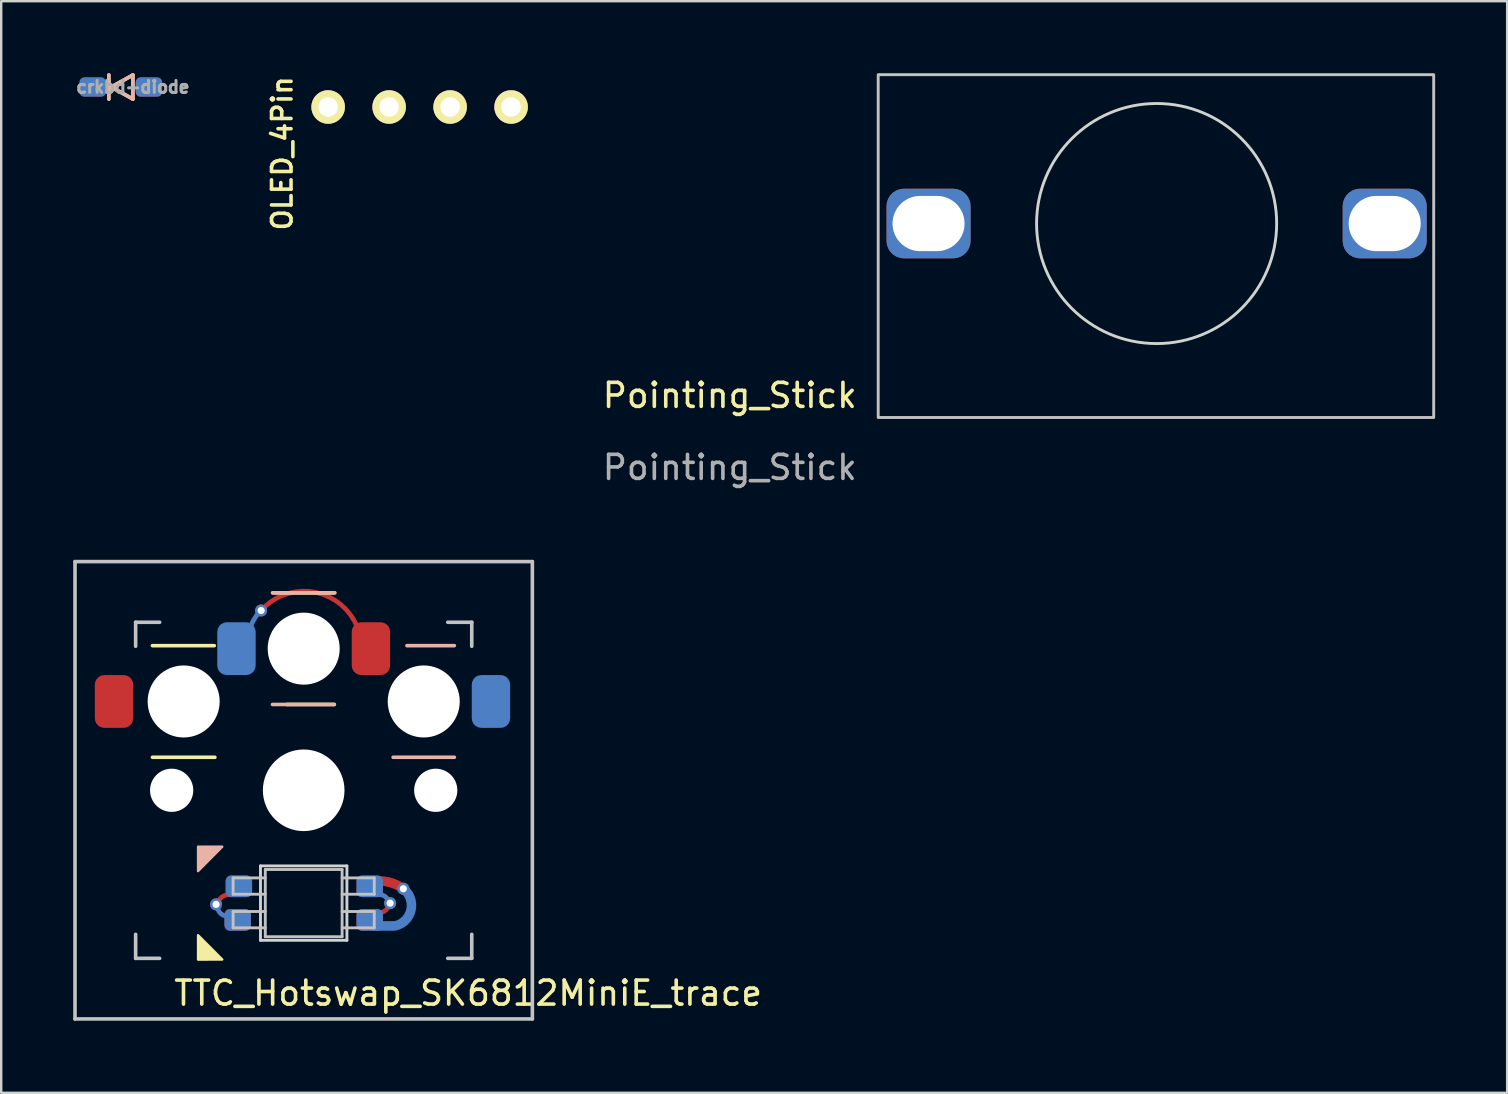
<source format=kicad_pcb>
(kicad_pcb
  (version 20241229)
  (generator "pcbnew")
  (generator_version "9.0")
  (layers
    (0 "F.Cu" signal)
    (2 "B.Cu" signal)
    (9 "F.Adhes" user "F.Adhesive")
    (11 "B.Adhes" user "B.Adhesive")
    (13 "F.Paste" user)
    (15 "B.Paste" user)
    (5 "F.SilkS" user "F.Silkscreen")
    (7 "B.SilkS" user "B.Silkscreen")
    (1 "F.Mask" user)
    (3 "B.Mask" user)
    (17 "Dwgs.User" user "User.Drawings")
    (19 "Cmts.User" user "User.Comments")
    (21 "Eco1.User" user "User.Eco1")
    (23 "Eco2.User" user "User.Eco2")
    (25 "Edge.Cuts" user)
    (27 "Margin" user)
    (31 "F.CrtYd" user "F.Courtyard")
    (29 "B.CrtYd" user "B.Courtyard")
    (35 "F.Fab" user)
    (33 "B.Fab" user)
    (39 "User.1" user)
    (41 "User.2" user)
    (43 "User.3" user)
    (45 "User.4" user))
  (footprint "TTC_Hotswap_SK6812MiniE_trace"
    (layer "F.Cu")
    (at 9.6 29.869)
    (property "Reference" "TTC_Hotswap_SK6812MiniE_trace" (at 6.85 8.45 180) (layer "F.SilkS") (effects (font (size 1 1) (thickness 0.15))))
    (attr through_hole)
    (fp_line (start -6.3 -6.025) (end -3.725 -6.025) (stroke (width 0.15) (type solid)) (layer "F.SilkS"))
    (fp_line (start -6.3 -1.375) (end -3.7 -1.375) (stroke (width 0.15) (type solid)) (layer "F.SilkS"))
    (fp_line (start -1.275 -8.225) (end 1.275 -8.225) (stroke (width 0.15) (type solid)) (layer "F.SilkS"))
    (fp_line (start -0.7 -3.575) (end 1.275 -3.575) (stroke (width 0.15) (type solid)) (layer "F.SilkS"))
    (fp_poly (pts (xy -3.392 7.049) (xy -4.4 7.052) (xy -4.4 6.036)) (stroke (width 0.1) (type solid)) (fill yes) (layer "F.SilkS"))
    (fp_line (start -1.3 -8.225) (end 1.3 -8.225) (stroke (width 0.15) (type solid)) (layer "B.SilkS"))
    (fp_line (start -1.3 -3.575) (end 1.275 -3.575) (stroke (width 0.15) (type solid)) (layer "B.SilkS"))
    (fp_line (start 3.725 -1.375) (end 6.275 -1.375) (stroke (width 0.15) (type solid)) (layer "B.SilkS"))
    (fp_line (start 4.3 -6.025) (end 6.275 -6.025) (stroke (width 0.15) (type solid)) (layer "B.SilkS"))
    (fp_poly (pts (xy -4.4 3.365) (xy -4.4 2.349) (xy -3.392 2.349)) (stroke (width 0.1) (type solid)) (fill yes) (layer "B.SilkS"))
    (fp_line (start -9.525 -9.525) (end 9.525 -9.525) (stroke (width 0.15) (type solid)) (layer "Dwgs.User"))
    (fp_line (start -9.525 9.525) (end -9.525 -9.525) (stroke (width 0.15) (type solid)) (layer "Dwgs.User"))
    (fp_line (start -7 -7) (end -7 -6) (stroke (width 0.15) (type solid)) (layer "Dwgs.User"))
    (fp_line (start -7 6) (end -7 7) (stroke (width 0.15) (type solid)) (layer "Dwgs.User"))
    (fp_line (start -7 7) (end -6 7) (stroke (width 0.15) (type solid)) (layer "Dwgs.User"))
    (fp_line (start -6 -7) (end -7 -7) (stroke (width 0.15) (type solid)) (layer "Dwgs.User"))
    (fp_line (start -2.94 3.649) (end -2.94 4.329) (stroke (width 0.12) (type solid)) (layer "Dwgs.User"))
    (fp_line (start -2.94 4.329) (end -1.6 4.329) (stroke (width 0.12) (type solid)) (layer "Dwgs.User"))
    (fp_line (start -2.94 5.049) (end -2.94 5.729) (stroke (width 0.12) (type solid)) (layer "Dwgs.User"))
    (fp_line (start -2.94 5.729) (end -1.6 5.729) (stroke (width 0.12) (type solid)) (layer "Dwgs.User"))
    (fp_line (start -1.6 3.299) (end -1.6 6.099) (stroke (width 0.12) (type solid)) (layer "Dwgs.User"))
    (fp_line (start -1.6 3.299) (end 1.6 3.299) (stroke (width 0.12) (type solid)) (layer "Dwgs.User"))
    (fp_line (start -1.6 3.649) (end -2.94 3.649) (stroke (width 0.12) (type solid)) (layer "Dwgs.User"))
    (fp_line (start -1.6 5.049) (end -2.94 5.049) (stroke (width 0.12) (type solid)) (layer "Dwgs.User"))
    (fp_line (start -1.6 6.099) (end 1.6 6.099) (stroke (width 0.12) (type solid)) (layer "Dwgs.User"))
    (fp_line (start 1.6 3.299) (end 1.6 6.099) (stroke (width 0.12) (type solid)) (layer "Dwgs.User"))
    (fp_line (start 1.6 4.329) (end 2.94 4.329) (stroke (width 0.12) (type solid)) (layer "Dwgs.User"))
    (fp_line (start 1.6 5.729) (end 2.94 5.729) (stroke (width 0.12) (type solid)) (layer "Dwgs.User"))
    (fp_line (start 2.94 3.649) (end 1.6 3.649) (stroke (width 0.12) (type solid)) (layer "Dwgs.User"))
    (fp_line (start 2.94 4.329) (end 2.94 3.649) (stroke (width 0.12) (type solid)) (layer "Dwgs.User"))
    (fp_line (start 2.94 5.049) (end 1.6 5.049) (stroke (width 0.12) (type solid)) (layer "Dwgs.User"))
    (fp_line (start 2.94 5.729) (end 2.94 5.049) (stroke (width 0.12) (type solid)) (layer "Dwgs.User"))
    (fp_line (start 6 -7) (end 7 -7) (stroke (width 0.15) (type solid)) (layer "Dwgs.User"))
    (fp_line (start 7 -7) (end 7 -6) (stroke (width 0.15) (type solid)) (layer "Dwgs.User"))
    (fp_line (start 7 6) (end 7 7) (stroke (width 0.15) (type solid)) (layer "Dwgs.User"))
    (fp_line (start 7 7) (end 6 7) (stroke (width 0.15) (type solid)) (layer "Dwgs.User"))
    (fp_line (start 9.525 -9.525) (end 9.525 9.525) (stroke (width 0.15) (type solid)) (layer "Dwgs.User"))
    (fp_line (start 9.525 9.525) (end -9.525 9.525) (stroke (width 0.15) (type solid)) (layer "Dwgs.User"))
    (fp_line (start -1.8 3.149) (end -1.8 6.249) (stroke (width 0.12) (type solid)) (layer "Edge.Cuts"))
    (fp_line (start -1.8 6.249) (end 1.8 6.249) (stroke (width 0.12) (type solid)) (layer "Edge.Cuts"))
    (fp_line (start 1.8 3.149) (end -1.8 3.149) (stroke (width 0.12) (type solid)) (layer "Edge.Cuts"))
    (fp_line (start 1.8 6.249) (end 1.8 3.149) (stroke (width 0.12) (type solid)) (layer "Edge.Cuts"))
    (pad "" np_thru_hole circle (at -5.5 0 270) (size 1.8 1.8) (drill 1.8) (layers "*.Cu" "*.Mask"))
    (pad "" np_thru_hole circle (at -5 -3.7 90) (size 3 3) (drill 3) (layers "*.Cu" "*.Mask"))
    (pad "" np_thru_hole circle (at 0 -5.9 270) (size 3 3) (drill 3) (layers "*.Cu" "*.Mask"))
    (pad "" np_thru_hole circle (at 0 0 270) (size 3.4 3.4) (drill 3.4) (layers "*.Cu" "*.Mask"))
    (pad "" np_thru_hole circle (at 5 -3.7 270) (size 3 3) (drill 3) (layers "*.Cu" "*.Mask"))
    (pad "" np_thru_hole circle (at 5.5 0 270) (size 1.8 1.8) (drill 1.8) (layers "*.Cu" "*.Mask"))
    (pad "1" smd roundrect (at 2.75 3.999) (size 1.1 0.9) (layers "F.Cu" "F.Mask" "F.Paste") (roundrect_rratio 0.25))
    (pad "1" smd roundrect (at 2.75 5.399) (size 1.1 0.9) (layers "B.Cu" "B.Mask" "B.Paste") (roundrect_rratio 0.25))
    (pad "1" smd custom (at 3.564 3.88) (size 0.2 0.2) (layers "F.Cu") (options (anchor circle)) (primitives (gr_arc (start -0.489297 -0.106117) (mid 0.065361 -0.032728) (end 0.569982 0.208909) (width 0.4))))
    (pad "1" thru_hole circle (at 4.15 4.1) (size 0.5 0.5) (drill 0.3) (layers "*.Cu"))
    (pad "1" smd custom (at 4.3 5.2) (size 0.224 0.224) (layers "B.Cu") (options (anchor circle)) (primitives (gr_arc (start -0.15 -1.1) (mid 0.168602 -0.215125) (end -0.496983 0.449336) (width 0.4)) (gr_line (start -0.55 0.45) (end -1.4 0.449) (width 0.4))))
    (pad "2" smd roundrect (at 2.75 3.999) (size 1.1 0.9) (layers "B.Cu" "B.Mask" "B.Paste") (roundrect_rratio 0.25))
    (pad "2" smd roundrect (at 2.75 5.399) (size 1.1 0.9) (layers "F.Cu" "F.Mask" "F.Paste") (roundrect_rratio 0.25))
    (pad "2" smd custom (at 3.4 4.45) (size 0.15 0.15) (layers "B.Cu") (options (anchor circle)) (primitives (gr_arc (start -0.3 -0.1) (mid 0.025287 0.001308) (end 0.150437 0.318188) (width 0.2)) (gr_poly (pts (xy -0.075 -0.037) (xy -0.072 -0.052) (xy -0.064 -0.064) (xy -0.052 -0.072) (xy -0.037 -0.075) (xy 0.037 -0.075) (xy 0.052 -0.072) (xy 0.064 -0.064) (xy 0.072 -0.052) (xy 0.075 -0.037) (xy 0.075 0.037) (xy 0.072 0.052) (xy 0.064 0.064) (xy 0.052 0.072) (xy 0.037 0.075) (xy -0.037 0.075) (xy -0.052 0.072) (xy -0.064 0.064) (xy -0.072 0.052) (xy -0.075 0.037)) (width 0) (fill yes))))
    (pad "2" smd custom (at 3.4 5) (size 0.1 0.1) (layers "F.Cu") (options (anchor circle)) (primitives (gr_arc (start 0.15 -0.2) (mid -0.045474 0.035812) (end -0.34486 0.100505) (width 0.2))))
    (pad "2" thru_hole circle (at 3.6 4.7) (size 0.5 0.5) (drill 0.3) (layers "*.Cu"))
    (pad "3" smd roundrect (at -2.75 5.399) (size 1.1 0.9) (layers "F.Cu" "F.Mask" "F.Paste") (roundrect_rratio 0.25))
    (pad "3" smd roundrect (at -2.7 3.999) (size 1.1 0.9) (layers "B.Cu" "B.Mask" "B.Paste") (roundrect_rratio 0.25))
    (pad "4" thru_hole circle (at -3.65 4.751) (size 0.5 0.5) (drill 0.3) (layers "*.Cu"))
    (pad "4" smd custom (at -3.45 5.15) (size 0.174 0.174) (layers "B.Cu") (options (anchor circle)) (primitives (gr_arc (start 0.3 0.1) (mid -0.035814 -0.049866) (end -0.15006 -0.399406) (width 0.2))))
    (pad "4" smd custom (at -3.4 4.45) (size 0.1 0.1) (layers "F.Cu") (options (anchor circle)) (primitives (gr_poly (pts (xy -0.05 -0.025) (xy -0.048 -0.035) (xy -0.043 -0.043) (xy -0.035 -0.048) (xy -0.025 -0.05) (xy 0.025 -0.05) (xy 0.035 -0.048) (xy 0.043 -0.043) (xy 0.048 -0.035) (xy 0.05 -0.025) (xy 0.05 0.025) (xy 0.048 0.035) (xy 0.043 0.043) (xy 0.035 0.048) (xy 0.025 0.05) (xy -0.025 0.05) (xy -0.035 0.048) (xy -0.043 0.043) (xy -0.048 0.035) (xy -0.05 0.025)) (width 0) (fill yes)) (gr_arc (start -0.2 0.3) (mid -0.003566 -0.005082) (end 0.346553 -0.100362) (width 0.2))))
    (pad "4" smd roundrect (at -2.75 5.399) (size 1.1 0.9) (layers "B.Cu" "B.Mask" "B.Paste") (roundrect_rratio 0.25))
    (pad "4" smd roundrect (at -2.7 3.999) (size 1.1 0.9) (layers "F.Cu" "F.Mask" "F.Paste") (roundrect_rratio 0.25))
    (pad "5" smd roundrect (at -2.8 -5.9) (size 1.6 2.2) (layers "B.Cu" "B.Mask" "B.Paste") (roundrect_rratio 0.25))
    (pad "5" smd custom (at -2.1 -7.1) (size 0.1 0.1) (layers "B.Cu") (options (anchor circle)) (primitives (gr_arc (start -0.3 1.2) (mid -0.142091 0.343829) (end 0.310858 -0.399678) (width 0.2))))
    (pad "5" thru_hole circle (at -1.773 -7.49) (size 0.5 0.5) (drill 0.3) (layers "*.Cu"))
    (pad "5" smd custom (at 1.45 -7.8) (size 0.1 0.1) (layers "F.Cu") (options (anchor circle)) (primitives (gr_arc (start -3.222508 0.31029) (mid -0.653601 -0.360261) (end 0.950832 1.755092) (width 0.2))))
    (pad "5" smd roundrect (at 2.8 -5.9) (size 1.6 2.2) (layers "F.Cu" "F.Mask" "F.Paste") (roundrect_rratio 0.25))
    (pad "6" smd roundrect (at -7.9 -3.7) (size 1.6 2.2) (layers "F.Cu" "F.Mask" "F.Paste") (roundrect_rratio 0.25))
    (pad "6" smd roundrect (at 7.8 -3.7) (size 1.6 2.2) (layers "B.Cu" "B.Mask" "B.Paste") (roundrect_rratio 0.25)))
  (footprint "crkbd-diode"
    (layer "F.Cu")
    (at 1.983 0.575)
    (property "Reference" "crkbd-diode" (at 0.5 0 180) (layer "F.Fab") (effects (font (size 0.5 0.5) (thickness 0.125))))
    (attr through_hole)
    (fp_line (start -0.5 -0.5) (end -0.5 0.5) (stroke (width 0.15) (type solid)) (layer "F.SilkS"))
    (fp_line (start -0.4 0) (end 0.5 -0.5) (stroke (width 0.15) (type solid)) (layer "F.SilkS"))
    (fp_line (start 0.5 -0.5) (end 0.5 0.5) (stroke (width 0.15) (type solid)) (layer "F.SilkS"))
    (fp_line (start 0.5 0.5) (end -0.4 0) (stroke (width 0.15) (type solid)) (layer "F.SilkS"))
    (fp_line (start -0.5 -0.5) (end -0.5 0.5) (stroke (width 0.15) (type solid)) (layer "B.SilkS"))
    (fp_line (start -0.4 0) (end 0.5 -0.5) (stroke (width 0.15) (type solid)) (layer "B.SilkS"))
    (fp_line (start 0.5 -0.5) (end 0.5 0.5) (stroke (width 0.15) (type solid)) (layer "B.SilkS"))
    (fp_line (start 0.5 0.5) (end -0.4 0) (stroke (width 0.15) (type solid)) (layer "B.SilkS"))
    (pad "1" smd roundrect (at -1.17 0) (size 1.1 0.8) (layers "F.Cu" "F.Mask" "F.Paste") (roundrect_rratio 0.25))
    (pad "1" smd roundrect (at -1.17 0) (size 1.1 0.8) (layers "B.Cu" "B.Mask" "B.Paste") (roundrect_rratio 0.25))
    (pad "2" smd roundrect (at 1.17 0) (size 1.1 0.8) (layers "F.Cu" "F.Mask" "F.Paste") (roundrect_rratio 0.25))
    (pad "2" smd roundrect (at 1.17 0) (size 1.1 0.8) (layers "B.Cu" "B.Mask" "B.Paste") (roundrect_rratio 0.25)))
  (footprint "OLED_4Pin"
    (layer "F.Cu")
    (at 10.619 1.407)
    (property "Reference" "OLED_4Pin" (at -1.915 1.93 90) (layer "F.SilkS") (effects (font (size 0.813 0.813) (thickness 0.15))))
    (attr through_hole)
    (pad "1" thru_hole circle (at 0 0) (size 1.397 1.397) (drill 0.813) (layers "*.Cu" "*.Mask" "F.SilkS"))
    (pad "2" thru_hole circle (at 2.54 0) (size 1.397 1.397) (drill 0.813) (layers "*.Cu" "*.Mask" "F.SilkS"))
    (pad "3" thru_hole circle (at 5.08 0) (size 1.397 1.397) (drill 0.813) (layers "*.Cu" "*.Mask" "F.SilkS"))
    (pad "4" thru_hole circle (at 7.62 0) (size 1.397 1.397) (drill 0.813) (layers "*.Cu" "*.Mask" "F.SilkS")))
  (footprint "Pointing_Stick"
    (layer "F.Cu")
    (at 45.128 6.261)
    (property "Reference" "Pointing_Stick" (at -17.78 7.16 0) (unlocked yes) (layer "F.SilkS") (effects (font (size 1 1) (thickness 0.15))))
    (fp_rect (start -11.598 -6.201) (end 11.541 8.08) (stroke (width 0.12) (type solid)) (fill no) (layer "Dwgs.User"))
    (fp_circle (center 0 0) (end 5 0) (stroke (width 0.12) (type solid)) (fill no) (layer "Edge.Cuts"))
    (fp_text user "${REFERENCE}" (at -17.78 10.16 0) (unlocked yes) (layer "F.Fab") (effects (font (size 1 1) (thickness 0.15))))
    (pad "1" thru_hole roundrect (at -9.5 0) (size 3.5 2.9) (drill oval 3 2.3) (layers "*.Cu" "*.Mask") (roundrect_rratio 0.25))
    (pad "1" thru_hole roundrect (at 9.5 0) (size 3.5 2.9) (drill oval 3 2.3) (layers "*.Cu" "*.Mask") (roundrect_rratio 0.25)))
  (gr_rect
    (start -3 -3)
    (end 59.729 42.469)
    (stroke (width 0.1) (type default))
    (fill no)
    (layer "Edge.Cuts")))
</source>
